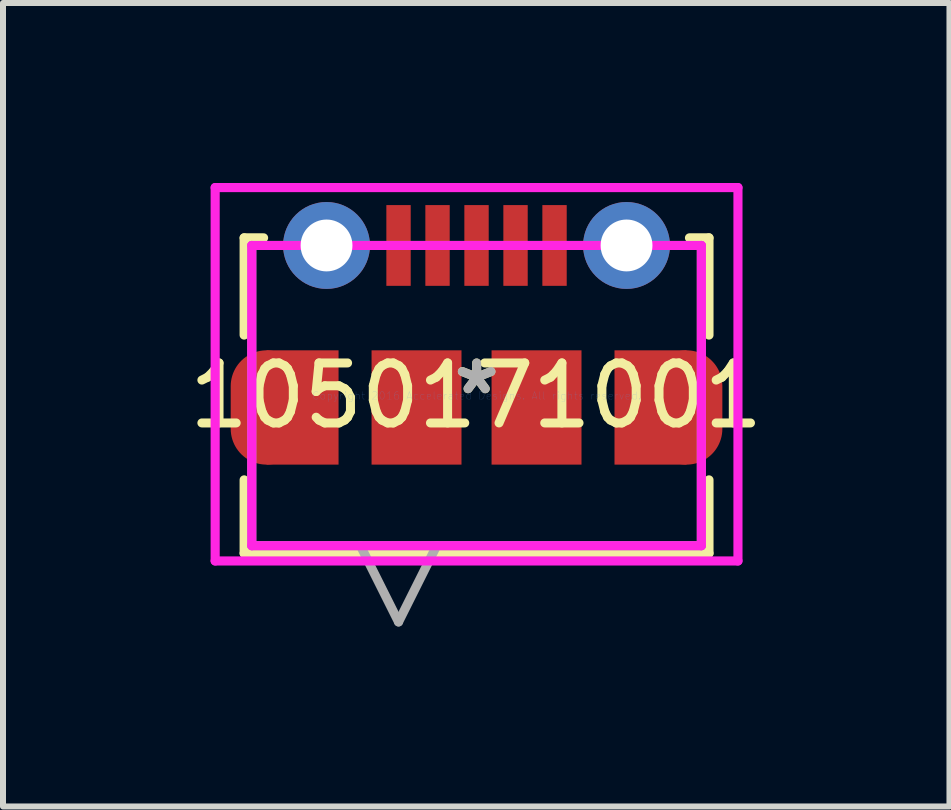
<source format=kicad_pcb>
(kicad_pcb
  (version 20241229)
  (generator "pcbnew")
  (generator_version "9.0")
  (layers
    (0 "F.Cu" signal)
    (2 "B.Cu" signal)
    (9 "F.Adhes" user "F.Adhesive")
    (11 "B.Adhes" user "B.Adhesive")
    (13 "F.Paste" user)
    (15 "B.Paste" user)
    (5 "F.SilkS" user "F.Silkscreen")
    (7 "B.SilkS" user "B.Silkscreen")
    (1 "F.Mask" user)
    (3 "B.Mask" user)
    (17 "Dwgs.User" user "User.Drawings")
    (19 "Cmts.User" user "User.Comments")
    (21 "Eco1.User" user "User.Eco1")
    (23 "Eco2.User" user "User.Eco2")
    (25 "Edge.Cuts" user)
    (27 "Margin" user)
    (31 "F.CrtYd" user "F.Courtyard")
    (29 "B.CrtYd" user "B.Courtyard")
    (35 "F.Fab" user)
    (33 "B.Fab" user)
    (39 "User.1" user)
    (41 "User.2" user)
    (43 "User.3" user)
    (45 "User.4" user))
  (footprint "1050171001"
    (layer "F.Cu")
    (at 4.894 3.545)
    (property "Reference" "1050171001" (at -0.008 -0.001 0) (layer "F.SilkS") (effects (font (size 1 1) (thickness 0.15))))
    (attr through_hole)
    (fp_line (start -3.875 -2.631) (end -3.875 -1.011) (stroke (width 0.152) (type solid)) (layer "F.SilkS"))
    (fp_line (start -3.875 1.403) (end -3.875 2.627) (stroke (width 0.152) (type solid)) (layer "F.SilkS"))
    (fp_line (start -3.875 2.627) (end 3.872 2.627) (stroke (width 0.152) (type solid)) (layer "F.SilkS"))
    (fp_line (start -3.551 -2.631) (end -3.875 -2.631) (stroke (width 0.152) (type solid)) (layer "F.SilkS"))
    (fp_line (start 3.872 -2.631) (end 3.547 -2.631) (stroke (width 0.152) (type solid)) (layer "F.SilkS"))
    (fp_line (start 3.872 -1.011) (end 3.872 -2.631) (stroke (width 0.152) (type solid)) (layer "F.SilkS"))
    (fp_line (start 3.872 2.627) (end 3.872 1.403) (stroke (width 0.152) (type solid)) (layer "F.SilkS"))
    (fp_line (start -4.358 -3.469) (end 4.355 -3.469) (stroke (width 0.152) (type solid)) (layer "F.CrtYd"))
    (fp_line (start -4.358 2.754) (end -4.358 -3.469) (stroke (width 0.152) (type solid)) (layer "F.CrtYd"))
    (fp_line (start -3.748 -2.504) (end 3.745 -2.504) (stroke (width 0.152) (type solid)) (layer "F.CrtYd"))
    (fp_line (start -3.748 2.5) (end -3.748 -2.504) (stroke (width 0.152) (type solid)) (layer "F.CrtYd"))
    (fp_line (start 3.745 -2.504) (end 3.745 2.5) (stroke (width 0.152) (type solid)) (layer "F.CrtYd"))
    (fp_line (start 3.745 2.5) (end -3.748 2.5) (stroke (width 0.152) (type solid)) (layer "F.CrtYd"))
    (fp_line (start 4.355 -3.469) (end 4.355 2.754) (stroke (width 0.152) (type solid)) (layer "F.CrtYd"))
    (fp_line (start 4.355 2.754) (end -4.358 2.754) (stroke (width 0.152) (type solid)) (layer "F.CrtYd"))
    (fp_line (start -3.748 -2.504) (end -3.748 2.5) (stroke (width 0.152) (type solid)) (layer "F.Fab"))
    (fp_line (start -3.748 2.5) (end 3.745 2.5) (stroke (width 0.152) (type solid)) (layer "F.Fab"))
    (fp_line (start -1.937 2.5) (end -1.302 3.77) (stroke (width 0.152) (type solid)) (layer "F.Fab"))
    (fp_line (start -0.667 2.5) (end -1.302 3.77) (stroke (width 0.152) (type solid)) (layer "F.Fab"))
    (fp_line (start 3.745 -2.504) (end -3.748 -2.504) (stroke (width 0.152) (type solid)) (layer "F.Fab"))
    (fp_line (start 3.745 2.5) (end 3.745 -2.504) (stroke (width 0.152) (type solid)) (layer "F.Fab"))
    (fp_text user "*" (at 0 0 0) (layer "F.SilkS") (effects (font (size 1 1) (thickness 0.15))))
    (fp_text user "Copyright 2016 Accelerated Designs. All rights reserved." (at 0 0 0) (layer "Cmts.User") (effects (font (size 0.127 0.127) (thickness 0.002))))
    (fp_text user "*" (at 0 0 0) (layer "F.Fab") (effects (font (size 1 1) (thickness 0.15))))
    (pad "1" smd rect (at -1.302 -2.504) (size 0.406 1.346) (layers "F.Cu" "F.Mask" "F.Paste"))
    (pad "2" smd rect (at -0.652 -2.504) (size 0.406 1.346) (layers "F.Cu" "F.Mask" "F.Paste"))
    (pad "3" smd rect (at -0.002 -2.504) (size 0.406 1.346) (layers "F.Cu" "F.Mask" "F.Paste"))
    (pad "4" smd rect (at 0.648 -2.504) (size 0.406 1.346) (layers "F.Cu" "F.Mask" "F.Paste"))
    (pad "5" smd rect (at 1.298 -2.504) (size 0.406 1.346) (layers "F.Cu" "F.Mask" "F.Paste"))
    (pad "6" thru_hole circle (at -2.502 -2.504 90) (size 1.448 1.448) (drill 0.864) (layers "*.Cu" "*.Mask"))
    (pad "7" thru_hole circle (at 2.498 -2.504 90) (size 1.448 1.448) (drill 0.864) (layers "*.Cu" "*.Mask"))
    (pad "8" smd rect (at -1.002 0.196) (size 1.499 1.905) (layers "F.Cu" "F.Mask" "F.Paste"))
    (pad "9" smd rect (at 0.998 0.196) (size 1.499 1.905) (layers "F.Cu" "F.Mask" "F.Paste"))
    (pad "10" smd oval (at -3.502 0.196) (size 1.194 1.905) (layers "F.Cu" "F.Mask" "F.Paste"))
    (pad "11" smd oval (at 3.498 0.196) (size 1.194 1.905) (layers "F.Cu" "F.Mask" "F.Paste"))
    (pad "12" smd rect (at -2.902 0.196) (size 1.201 1.905) (layers "F.Cu" "F.Mask" "F.Paste"))
    (pad "13" smd rect (at 2.898 0.196) (size 1.201 1.905) (layers "F.Cu" "F.Mask" "F.Paste")))
  (gr_rect
    (start -3 -3)
    (end 12.774 10.391)
    (stroke (width 0.1) (type default))
    (fill no)
    (layer "Edge.Cuts")))
</source>
